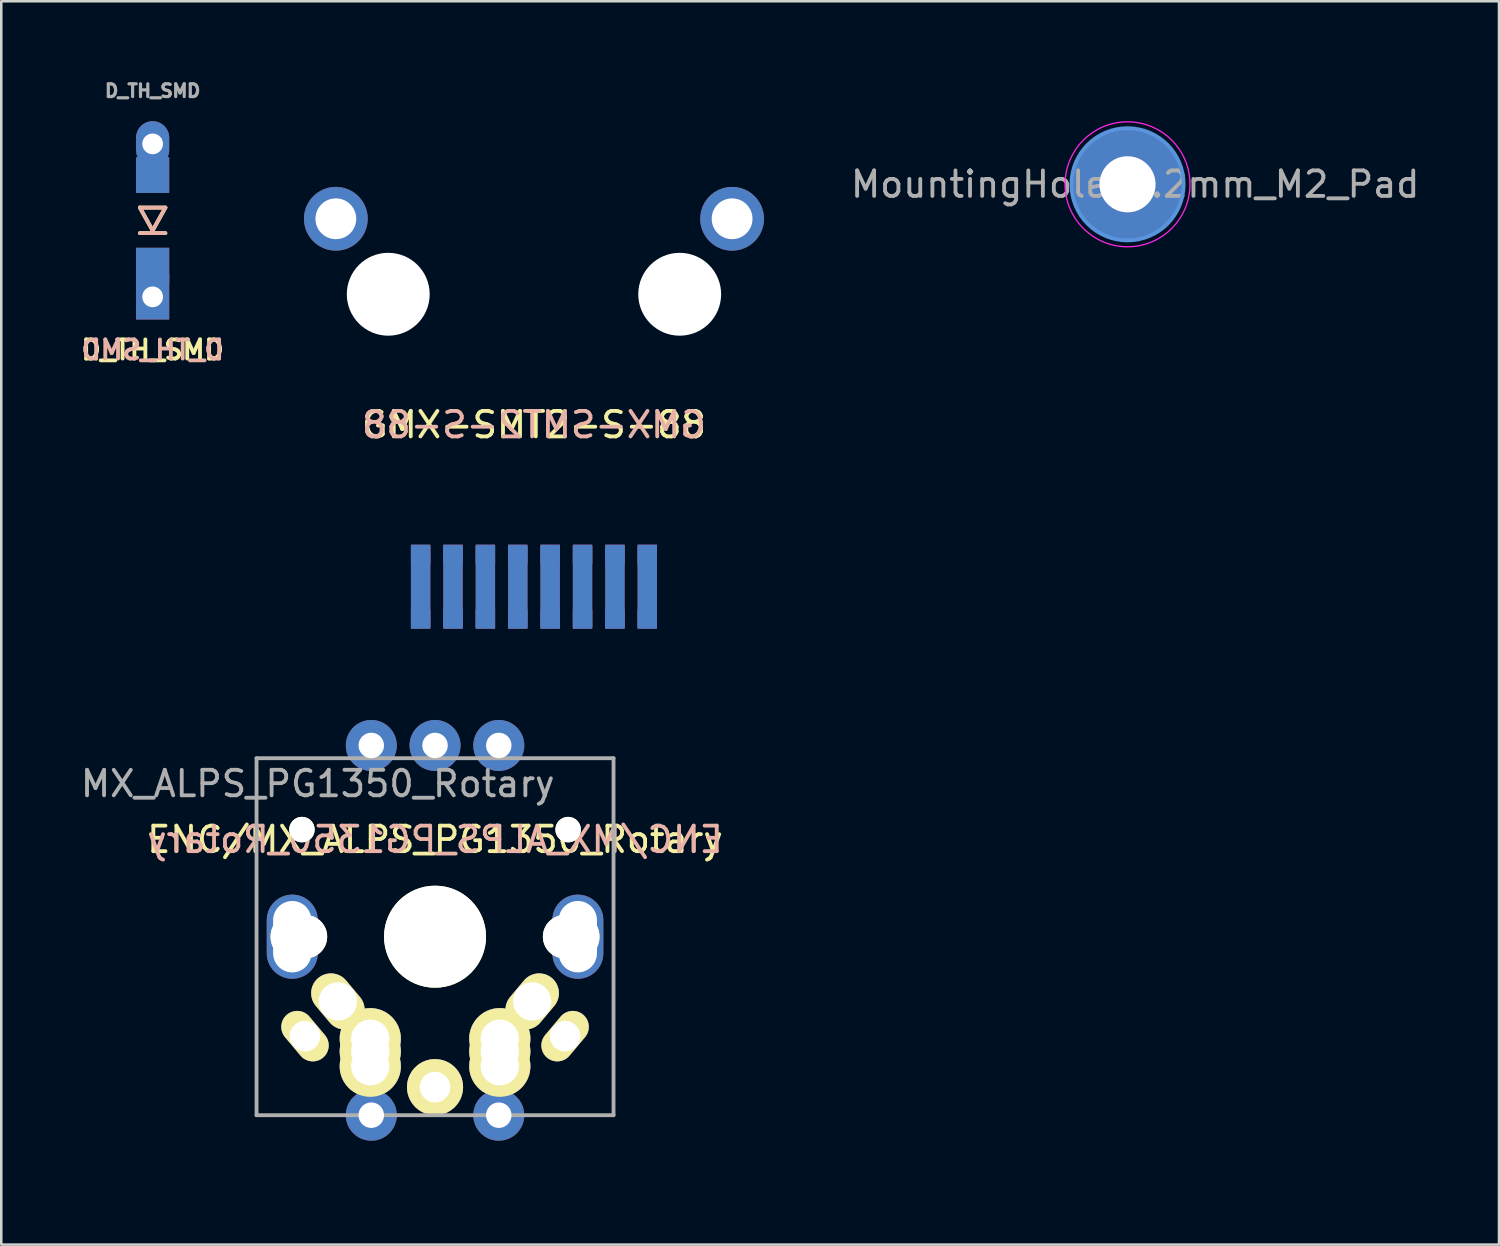
<source format=kicad_pcb>
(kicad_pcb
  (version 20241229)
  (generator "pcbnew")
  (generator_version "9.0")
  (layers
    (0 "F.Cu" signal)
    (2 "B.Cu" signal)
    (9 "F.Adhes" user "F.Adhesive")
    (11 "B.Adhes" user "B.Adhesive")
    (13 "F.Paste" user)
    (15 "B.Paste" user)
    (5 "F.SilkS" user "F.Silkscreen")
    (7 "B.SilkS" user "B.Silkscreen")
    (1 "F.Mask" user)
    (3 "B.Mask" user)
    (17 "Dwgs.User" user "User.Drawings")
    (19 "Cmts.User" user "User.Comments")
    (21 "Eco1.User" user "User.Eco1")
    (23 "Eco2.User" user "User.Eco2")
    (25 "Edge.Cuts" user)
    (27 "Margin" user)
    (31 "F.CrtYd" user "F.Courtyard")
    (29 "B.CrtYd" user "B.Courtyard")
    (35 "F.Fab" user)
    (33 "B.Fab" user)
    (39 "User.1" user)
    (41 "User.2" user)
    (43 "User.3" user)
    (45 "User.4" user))
  (footprint "GMX-SMT2-S-88"
    (layer "F.Cu")
    (at 17.891 19.96)
    (property "Reference" "GMX-SMT2-S-88" (at 0 -6.35 0) (layer "F.SilkS") (effects (font (size 1 1) (thickness 0.15))))
    (attr through_hole)
    (fp_line (start -7.87 -19.9) (end -7.87 -15.9) (stroke (width 0.12) (type solid)) (layer "Eco2.User"))
    (fp_line (start -7.87 -19.9) (end 7.87 -19.9) (stroke (width 0.12) (type solid)) (layer "Eco2.User"))
    (fp_line (start -7.87 -1.27) (end -7.87 -13) (stroke (width 0.12) (type solid)) (layer "Eco2.User"))
    (fp_line (start -5.08 -1.27) (end -7.87 -1.27) (stroke (width 0.12) (type solid)) (layer "Eco2.User"))
    (fp_line (start 7.87 -19.9) (end 7.87 -15.9) (stroke (width 0.12) (type solid)) (layer "Eco2.User"))
    (fp_line (start 7.87 -1.27) (end 5.08 -1.27) (stroke (width 0.12) (type solid)) (layer "Eco2.User"))
    (fp_line (start 7.87 -1.27) (end 7.87 -13) (stroke (width 0.12) (type solid)) (layer "Eco2.User"))
    (fp_text user "${REFERENCE}" (at 0 -6.35 0) (layer "B.SilkS") (effects (font (size 1 1) (thickness 0.15)) (justify mirror)))
    (pad "" thru_hole circle (at -7.77 -14.43) (size 2.5 2.5) (drill 1.6) (layers "*.Cu" "*.Mask"))
    (pad "" np_thru_hole circle (at -5.715 -11.47) (size 3.25 3.25) (drill 3.25) (layers "*.Cu" "*.Mask"))
    (pad "" np_thru_hole circle (at 5.715 -11.47) (size 3.25 3.25) (drill 3.25) (layers "*.Cu" "*.Mask"))
    (pad "" thru_hole circle (at 7.77 -14.43) (size 2.5 2.5) (drill 1.6) (layers "*.Cu" "*.Mask"))
    (pad "1" smd rect (at -4.445 -1.27 180) (size 0.76 0.76) (layers "B.Cu" "B.Mask" "B.Paste"))
    (pad "1" smd rect (at -4.445 0 180) (size 0.76 3.185) (layers "B.Cu" "B.Mask" "B.Paste"))
    (pad "1" smd rect (at -4.445 1.27 180) (size 0.76 0.76) (layers "B.Cu" "B.Mask" "B.Paste"))
    (pad "1" smd rect (at 4.445 -1.27) (size 0.76 0.76) (layers "F.Cu" "F.Mask" "F.Paste"))
    (pad "1" smd rect (at 4.445 0) (size 0.76 3.185) (layers "F.Cu" "F.Mask" "F.Paste"))
    (pad "1" smd rect (at 4.445 1.27) (size 0.76 0.76) (layers "F.Cu" "F.Mask" "F.Paste"))
    (pad "2" smd rect (at -3.175 -1.27 180) (size 0.76 0.76) (layers "B.Cu" "B.Mask" "B.Paste"))
    (pad "2" smd rect (at -3.175 0 180) (size 0.76 3.185) (layers "B.Cu" "B.Mask" "B.Paste"))
    (pad "2" smd rect (at -3.175 1.27 180) (size 0.76 0.76) (layers "B.Cu" "B.Mask" "B.Paste"))
    (pad "2" smd rect (at 3.175 -1.27) (size 0.76 0.76) (layers "F.Cu" "F.Mask" "F.Paste"))
    (pad "2" smd rect (at 3.175 0) (size 0.76 3.185) (layers "F.Cu" "F.Mask" "F.Paste"))
    (pad "2" smd rect (at 3.175 1.27) (size 0.76 0.76) (layers "F.Cu" "F.Mask" "F.Paste"))
    (pad "3" smd rect (at -1.905 -1.27 180) (size 0.76 0.76) (layers "B.Cu" "B.Mask" "B.Paste"))
    (pad "3" smd rect (at -1.905 0 180) (size 0.76 3.185) (layers "B.Cu" "B.Mask" "B.Paste"))
    (pad "3" smd rect (at -1.905 1.27 180) (size 0.76 0.76) (layers "B.Cu" "B.Mask" "B.Paste"))
    (pad "3" smd rect (at 1.905 -1.27) (size 0.76 0.76) (layers "F.Cu" "F.Mask" "F.Paste"))
    (pad "3" smd rect (at 1.905 0) (size 0.76 3.185) (layers "F.Cu" "F.Mask" "F.Paste"))
    (pad "3" smd rect (at 1.905 1.27) (size 0.76 0.76) (layers "F.Cu" "F.Mask" "F.Paste"))
    (pad "4" smd rect (at -0.635 -1.27 180) (size 0.76 0.76) (layers "B.Cu" "B.Mask" "B.Paste"))
    (pad "4" smd rect (at -0.635 0 180) (size 0.76 3.185) (layers "B.Cu" "B.Mask" "B.Paste"))
    (pad "4" smd rect (at -0.635 1.27 180) (size 0.76 0.76) (layers "B.Cu" "B.Mask" "B.Paste"))
    (pad "4" smd rect (at 0.635 -1.27) (size 0.76 0.76) (layers "F.Cu" "F.Mask" "F.Paste"))
    (pad "4" smd rect (at 0.635 0) (size 0.76 3.185) (layers "F.Cu" "F.Mask" "F.Paste"))
    (pad "4" smd rect (at 0.635 1.27) (size 0.76 0.76) (layers "F.Cu" "F.Mask" "F.Paste"))
    (pad "5" smd rect (at -0.635 -1.27) (size 0.76 0.76) (layers "F.Cu" "F.Mask" "F.Paste"))
    (pad "5" smd rect (at -0.635 0) (size 0.76 3.185) (layers "F.Cu" "F.Mask" "F.Paste"))
    (pad "5" smd rect (at -0.635 1.27) (size 0.76 0.76) (layers "F.Cu" "F.Mask" "F.Paste"))
    (pad "5" smd rect (at 0.635 -1.27 180) (size 0.76 0.76) (layers "B.Cu" "B.Mask" "B.Paste"))
    (pad "5" smd rect (at 0.635 0 180) (size 0.76 3.185) (layers "B.Cu" "B.Mask" "B.Paste"))
    (pad "5" smd rect (at 0.635 1.27 180) (size 0.76 0.76) (layers "B.Cu" "B.Mask" "B.Paste"))
    (pad "6" smd rect (at -1.905 -1.27) (size 0.76 0.76) (layers "F.Cu" "F.Mask" "F.Paste"))
    (pad "6" smd rect (at -1.905 0) (size 0.76 3.185) (layers "F.Cu" "F.Mask" "F.Paste"))
    (pad "6" smd rect (at -1.905 1.27) (size 0.76 0.76) (layers "F.Cu" "F.Mask" "F.Paste"))
    (pad "6" smd rect (at 1.905 -1.27 180) (size 0.76 0.76) (layers "B.Cu" "B.Mask" "B.Paste"))
    (pad "6" smd rect (at 1.905 0 180) (size 0.76 3.185) (layers "B.Cu" "B.Mask" "B.Paste"))
    (pad "6" smd rect (at 1.905 1.27 180) (size 0.76 0.76) (layers "B.Cu" "B.Mask" "B.Paste"))
    (pad "7" smd rect (at -3.175 -1.27) (size 0.76 0.76) (layers "F.Cu" "F.Mask" "F.Paste"))
    (pad "7" smd rect (at -3.175 0) (size 0.76 3.185) (layers "F.Cu" "F.Mask" "F.Paste"))
    (pad "7" smd rect (at -3.175 1.27) (size 0.76 0.76) (layers "F.Cu" "F.Mask" "F.Paste"))
    (pad "7" smd rect (at 3.175 -1.27 180) (size 0.76 0.76) (layers "B.Cu" "B.Mask" "B.Paste"))
    (pad "7" smd rect (at 3.175 0 180) (size 0.76 3.185) (layers "B.Cu" "B.Mask" "B.Paste"))
    (pad "7" smd rect (at 3.175 1.27 180) (size 0.76 0.76) (layers "B.Cu" "B.Mask" "B.Paste"))
    (pad "8" smd rect (at -4.445 -1.27) (size 0.76 0.76) (layers "F.Cu" "F.Mask" "F.Paste"))
    (pad "8" smd rect (at -4.445 0) (size 0.76 3.185) (layers "F.Cu" "F.Mask" "F.Paste"))
    (pad "8" smd rect (at -4.445 1.27) (size 0.76 0.76) (layers "F.Cu" "F.Mask" "F.Paste"))
    (pad "8" smd rect (at 4.445 -1.27 180) (size 0.76 0.76) (layers "B.Cu" "B.Mask" "B.Paste"))
    (pad "8" smd rect (at 4.445 0 180) (size 0.76 3.185) (layers "B.Cu" "B.Mask" "B.Paste"))
    (pad "8" smd rect (at 4.445 1.27 180) (size 0.76 0.76) (layers "B.Cu" "B.Mask" "B.Paste")))
  (footprint "MX_ALPS_PG1350_Rotary"
    (layer "F.Cu")
    (at 14.011 33.685)
    (property "Reference" "MX_ALPS_PG1350_Rotary" (at -4.6 -6 180) (layer "F.Fab") (effects (font (size 1 1) (thickness 0.15))))
    (attr through_hole)
    (fp_line (start -9 -9) (end 9 -9) (stroke (width 0.15) (type solid)) (layer "Eco2.User"))
    (fp_line (start -9 9) (end -9 -9) (stroke (width 0.15) (type solid)) (layer "Eco2.User"))
    (fp_line (start -7 -7) (end 7 -7) (stroke (width 0.15) (type solid)) (layer "Eco2.User"))
    (fp_line (start -7 7) (end -7 -7) (stroke (width 0.15) (type solid)) (layer "Eco2.User"))
    (fp_line (start 7 -7) (end 7 7) (stroke (width 0.15) (type solid)) (layer "Eco2.User"))
    (fp_line (start 7 7) (end -7 7) (stroke (width 0.15) (type solid)) (layer "Eco2.User"))
    (fp_line (start 9 -9) (end 9 9) (stroke (width 0.15) (type solid)) (layer "Eco2.User"))
    (fp_line (start 9 9) (end -9 9) (stroke (width 0.15) (type solid)) (layer "Eco2.User"))
    (fp_line (start -7 -7) (end -7 7) (stroke (width 0.15) (type solid)) (layer "F.Fab"))
    (fp_line (start -7 7) (end 7 7) (stroke (width 0.15) (type solid)) (layer "F.Fab"))
    (fp_line (start 7 -7) (end -7 -7) (stroke (width 0.15) (type solid)) (layer "F.Fab"))
    (fp_line (start 7 7) (end 7 -7) (stroke (width 0.15) (type solid)) (layer "F.Fab"))
    (fp_text user "ENC/${REFERENCE}" (at 0 -3.81 180) (layer "F.SilkS") (effects (font (size 1 1) (thickness 0.15))))
    (fp_text user "ENC/${REFERENCE}" (at 0 -3.81 180) (layer "B.SilkS") (effects (font (size 1 1) (thickness 0.15)) (justify mirror)))
    (pad "" np_thru_hole oval (at -5.6 0 90) (size 3.3 2) (drill oval 2.8 1.5) (layers "*.Cu" "*.Mask"))
    (pad "" np_thru_hole circle (at -5.5 0 270) (size 1.9 1.9) (drill 1.9) (layers "*.Cu" "*.Mask" "F.SilkS"))
    (pad "" np_thru_hole circle (at -5.22 -4.2 180) (size 1 1) (drill 1) (layers "*.Cu" "*.Mask" "F.SilkS"))
    (pad "" np_thru_hole circle (at -5.08 0 180) (size 1.7 1.7) (drill 1.7) (layers "*.Cu" "*.Mask" "F.SilkS"))
    (pad "" np_thru_hole circle (at 0 0 270) (size 4 4) (drill 4) (layers "*.Cu" "*.Mask" "F.SilkS"))
    (pad "" np_thru_hole circle (at 5.08 0 180) (size 1.7 1.7) (drill 1.7) (layers "*.Cu" "*.Mask" "F.SilkS"))
    (pad "" np_thru_hole circle (at 5.22 -4.2 180) (size 1 1) (drill 1) (layers "*.Cu" "*.Mask" "F.SilkS"))
    (pad "" np_thru_hole circle (at 5.5 0 270) (size 1.9 1.9) (drill 1.9) (layers "*.Cu" "*.Mask" "F.SilkS"))
    (pad "" np_thru_hole oval (at 5.6 0 90) (size 3.3 2) (drill oval 2.8 1.5) (layers "*.Cu" "*.Mask"))
    (pad "A" thru_hole circle (at 2.5 -7.5 180) (size 2 2) (drill 1) (layers "*.Cu" "*.Mask"))
    (pad "B" thru_hole circle (at -2.5 -7.5 180) (size 2 2) (drill 1) (layers "*.Cu" "*.Mask"))
    (pad "C" thru_hole circle (at 0 -7.5 180) (size 2 2) (drill 1) (layers "*.Cu" "*.Mask"))
    (pad "S1" thru_hole oval (at -5.1 3.9 130) (size 2.2 1.25) (drill 1.2) (layers "*.Cu" "*.Mask" "F.SilkS"))
    (pad "S1" thru_hole circle (at 2.5 7 180) (size 2 2) (drill 1) (layers "*.Cu" "*.Mask"))
    (pad "S1" thru_hole circle (at 2.54 4 180) (size 2.4 2.4) (drill 1.5) (layers "*.Cu" "*.Mask" "F.SilkS"))
    (pad "S1" thru_hole circle (at 2.54 4.5 180) (size 2.4 2.4) (drill 1.5) (layers "*.Cu" "*.Mask" "F.SilkS"))
    (pad "S1" thru_hole circle (at 2.54 5.08 180) (size 2.4 2.4) (drill 1.5) (layers "*.Cu" "*.Mask" "F.SilkS"))
    (pad "S1" thru_hole oval (at 3.81 2.54 230) (size 2.4 1.55) (drill 1.5) (layers "*.Cu" "*.Mask" "F.SilkS"))
    (pad "S1" thru_hole oval (at 5.1 3.9 230) (size 2.2 1.25) (drill 1.2) (layers "*.Cu" "*.Mask" "F.SilkS"))
    (pad "S2" thru_hole oval (at -3.81 2.54 130) (size 2.4 1.55) (drill 1.5) (layers "*.Cu" "*.Mask" "F.SilkS"))
    (pad "S2" thru_hole circle (at -2.54 4 180) (size 2.4 2.4) (drill 1.5) (layers "*.Cu" "*.Mask" "F.SilkS"))
    (pad "S2" thru_hole circle (at -2.54 4.5 180) (size 2.4 2.4) (drill 1.5) (layers "*.Cu" "*.Mask" "F.SilkS"))
    (pad "S2" thru_hole circle (at -2.54 5.08 180) (size 2.4 2.4) (drill 1.5) (layers "*.Cu" "*.Mask" "F.SilkS"))
    (pad "S2" thru_hole circle (at -2.5 7 180) (size 2 2) (drill 1) (layers "*.Cu" "*.Mask"))
    (pad "S2" thru_hole circle (at 0 5.9 270) (size 2.2 2.2) (drill 1.2) (layers "*.Cu" "*.Mask" "F.SilkS")))
  (footprint "MountingHole_2.2mm_M2_Pad"
    (layer "F.Cu")
    (at 41.169 4.178)
    (property "Reference" "MountingHole_2.2mm_M2_Pad" (at 0.01 -3.33 0) (layer "Eco2.User") (effects (font (size 1 1) (thickness 0.15))))
    (attr exclude_from_pos_files exclude_from_bom)
    (fp_circle (center 0 0) (end 2.2 0) (stroke (width 0.15) (type solid)) (fill no) (layer "Cmts.User"))
    (fp_circle (center 0 0) (end 2.45 0) (stroke (width 0.05) (type solid)) (fill no) (layer "F.CrtYd"))
    (fp_text user "${REFERENCE}" (at 0.3 0 0) (layer "F.Fab") (effects (font (size 1 1) (thickness 0.15))))
    (pad "1" thru_hole circle (at 0 0) (size 4.4 4.4) (drill 2.2) (layers "*.Cu" "*.Mask")))
  (footprint "D_TH_SMD"
    (layer "F.Cu")
    (at 2.936 8.132)
    (property "Reference" "D_TH_SMD" (at 0 -7.62 0) (layer "F.Fab") (effects (font (size 0.5 0.5) (thickness 0.125))))
    (attr through_hole)
    (fp_line (start -0.5 -3.04) (end 0.5 -3.04) (stroke (width 0.15) (type solid)) (layer "F.SilkS"))
    (fp_line (start -0.5 -2.04) (end 0.5 -2.04) (stroke (width 0.15) (type solid)) (layer "F.SilkS"))
    (fp_line (start 0 -2.14) (end -0.5 -3.04) (stroke (width 0.15) (type solid)) (layer "F.SilkS"))
    (fp_line (start 0.5 -3.04) (end 0 -2.14) (stroke (width 0.15) (type solid)) (layer "F.SilkS"))
    (fp_line (start -0.5 -3.04) (end 0 -2.14) (stroke (width 0.15) (type solid)) (layer "B.SilkS"))
    (fp_line (start 0 -2.14) (end 0.5 -3.04) (stroke (width 0.15) (type solid)) (layer "B.SilkS"))
    (fp_line (start 0.5 -3.04) (end -0.5 -3.04) (stroke (width 0.15) (type solid)) (layer "B.SilkS"))
    (fp_line (start 0.5 -2.04) (end -0.5 -2.04) (stroke (width 0.15) (type solid)) (layer "B.SilkS"))
    (fp_text user "${REFERENCE}" (at 0 2.54 0) (layer "F.SilkS") (effects (font (size 0.75 0.75) (thickness 0.15))))
    (fp_text user "${REFERENCE}" (at 0 2.54 0) (layer "B.SilkS") (effects (font (size 0.75 0.75) (thickness 0.15)) (justify mirror)))
    (pad "1" smd rect (at 0 -0.765 270) (size 1.4 1.3) (layers "F.Cu" "F.Mask" "F.Paste"))
    (pad "1" smd rect (at 0 -0.765 270) (size 1.4 1.3) (layers "B.Cu" "B.Mask" "B.Paste"))
    (pad "1" thru_hole rect (at 0 0.46 90) (size 1.778 1.3) (drill 0.813) (layers "*.Cu" "*.Mask"))
    (pad "2" thru_hole oval (at 0 -5.54 90) (size 1.778 1.3) (drill 0.813) (layers "*.Cu" "*.Mask"))
    (pad "2" smd rect (at 0 -4.315 270) (size 1.4 1.3) (layers "F.Cu" "F.Mask" "F.Paste"))
    (pad "2" smd rect (at 0 -4.315 270) (size 1.4 1.3) (layers "B.Cu" "B.Mask" "B.Paste")))
  (gr_rect
    (start -3 -3)
    (end 55.737 45.76)
    (stroke (width 0.1) (type default))
    (fill no)
    (layer "Edge.Cuts")))
</source>
